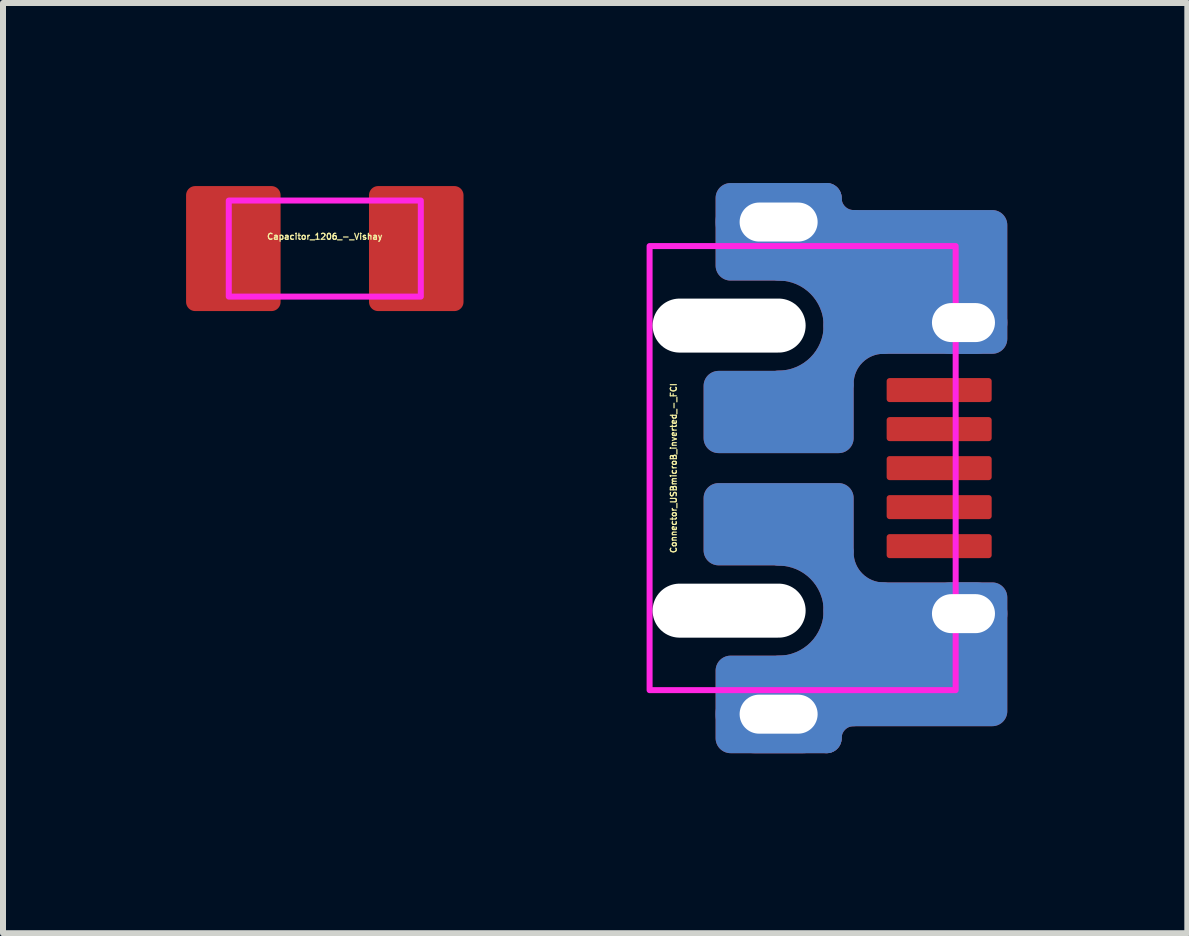
<source format=kicad_pcb>
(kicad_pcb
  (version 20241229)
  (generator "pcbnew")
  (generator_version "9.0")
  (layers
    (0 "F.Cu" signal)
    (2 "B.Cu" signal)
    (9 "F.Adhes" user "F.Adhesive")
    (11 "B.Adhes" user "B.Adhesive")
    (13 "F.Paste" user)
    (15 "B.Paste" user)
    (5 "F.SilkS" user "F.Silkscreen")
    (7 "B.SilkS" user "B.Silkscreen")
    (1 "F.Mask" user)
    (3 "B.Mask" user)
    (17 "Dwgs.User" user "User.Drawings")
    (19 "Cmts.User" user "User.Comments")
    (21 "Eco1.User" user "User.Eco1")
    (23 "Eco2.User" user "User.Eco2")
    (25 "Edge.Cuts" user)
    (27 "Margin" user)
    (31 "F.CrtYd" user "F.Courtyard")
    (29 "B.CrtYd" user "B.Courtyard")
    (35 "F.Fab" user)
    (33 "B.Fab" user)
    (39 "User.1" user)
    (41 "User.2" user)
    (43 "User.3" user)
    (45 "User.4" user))
  (footprint "Capacitor_1206_-_Vishay"
    (layer "F.Cu")
    (at 2.362 1.092)
    (property "Reference" "Capacitor_1206_-_Vishay" (at 0 -0.2 0) (layer "F.SilkS") (effects (font (size 0.1 0.1) (thickness 0.02))))
    (attr through_hole)
    (fp_poly (pts (xy -2.159 0.889) (xy -2.159 -0.889) (xy -0.889 -0.889) (xy -0.889 0.889)) (stroke (width 0.305) (type solid)) (fill yes) (layer "F.Cu"))
    (fp_poly (pts (xy 2.159 0.889) (xy 2.159 -0.889) (xy 0.889 -0.889) (xy 0.889 0.889)) (stroke (width 0.305) (type solid)) (fill yes) (layer "F.Cu"))
    (fp_poly (pts (xy -2.159 0.889) (xy -2.159 -0.889) (xy -0.889 -0.889) (xy -0.889 0.889)) (stroke (width 0.406) (type solid)) (fill yes) (layer "F.Mask"))
    (fp_poly (pts (xy 2.159 0.889) (xy 2.159 -0.889) (xy 0.889 -0.889) (xy 0.889 0.889)) (stroke (width 0.406) (type solid)) (fill yes) (layer "F.Mask"))
    (fp_poly (pts (xy -2.159 0.889) (xy -2.159 -0.889) (xy -0.889 -0.889) (xy -0.889 0.889)) (stroke (width 0.305) (type solid)) (fill yes) (layer "F.Paste"))
    (fp_poly (pts (xy 2.159 0.889) (xy 2.159 -0.889) (xy 0.889 -0.889) (xy 0.889 0.889)) (stroke (width 0.305) (type solid)) (fill yes) (layer "F.Paste"))
    (fp_poly (pts (xy -1.6 -0.8) (xy 1.6 -0.8) (xy 1.6 0.8) (xy -1.6 0.8)) (stroke (width 0.1) (type solid)) (fill no) (layer "F.CrtYd"))
    (pad "1" smd rect (at -1.524 0) (size 1.27 1.778) (layers "F.Cu"))
    (pad "2" smd rect (at 1.524 0) (size 1.27 1.778) (layers "F.Cu")))
  (footprint "Connector_USBmicroB_inverted_-_FCI"
    (layer "F.Cu")
    (at 8.274 4.75)
    (property "Reference" "Connector_USBmicroB_inverted_-_FCI" (at -0.1 0 90) (layer "F.SilkS") (effects (font (size 0.1 0.1) (thickness 0.02))))
    (attr through_hole)
    (fp_arc (start 1.65 -3.375) (mid 2.357107 -3.082107) (end 2.65 -2.375) (stroke (width 0.5) (type solid)) (layer "F.Cu"))
    (fp_arc (start 1.65 1.375) (mid 2.357107 1.667893) (end 2.65 2.375) (stroke (width 0.5) (type solid)) (layer "F.Cu"))
    (fp_arc (start 2.45 4.5) (mid 2.581802 4.181802) (end 2.9 4.05) (stroke (width 0.5) (type solid)) (layer "F.Cu"))
    (fp_arc (start 2.65 -2.375) (mid 2.357107 -1.667893) (end 1.65 -1.375) (stroke (width 0.5) (type solid)) (layer "F.Cu"))
    (fp_arc (start 2.65 -1.405) (mid 2.86967 -1.93533) (end 3.4 -2.155) (stroke (width 0.5) (type solid)) (layer "F.Cu"))
    (fp_arc (start 2.65 2.375) (mid 2.357107 3.082107) (end 1.65 3.375) (stroke (width 0.5) (type solid)) (layer "F.Cu"))
    (fp_arc (start 2.9 -4.05) (mid 2.581802 -4.181802) (end 2.45 -4.5) (stroke (width 0.5) (type solid)) (layer "F.Cu"))
    (fp_arc (start 3.4 2.155) (mid 2.86967 1.93533) (end 2.65 1.405) (stroke (width 0.5) (type solid)) (layer "F.Cu"))
    (fp_poly (pts (xy 3.5 -1.15) (xy 5.15 -1.15) (xy 5.15 -1.45) (xy 3.5 -1.45)) (stroke (width 0.1) (type solid)) (fill yes) (layer "F.Cu"))
    (fp_poly (pts (xy 3.5 -0.5) (xy 5.15 -0.5) (xy 5.15 -0.8) (xy 3.5 -0.8)) (stroke (width 0.1) (type solid)) (fill yes) (layer "F.Cu"))
    (fp_poly (pts (xy 3.5 -0.15) (xy 5.15 -0.15) (xy 5.15 0.15) (xy 3.5 0.15)) (stroke (width 0.1) (type solid)) (fill yes) (layer "F.Cu"))
    (fp_poly (pts (xy 3.5 0.5) (xy 5.15 0.5) (xy 5.15 0.8) (xy 3.5 0.8)) (stroke (width 0.1) (type solid)) (fill yes) (layer "F.Cu"))
    (fp_poly (pts (xy 3.5 1.15) (xy 5.15 1.15) (xy 5.15 1.45) (xy 3.5 1.45)) (stroke (width 0.1) (type solid)) (fill yes) (layer "F.Cu"))
    (fp_poly (pts (xy 0.85 -4.5) (xy 2.45 -4.5) (xy 2.45 -4.05) (xy 5.21 -4.05) (xy 5.21 -2.155) (xy 2.65 -2.155) (xy 2.65 -0.5) (xy 0.65 -0.5) (xy 0.65 -1.37) (xy 2.65 -1.37) (xy 2.65 -3.375) (xy 0.85 -3.375)) (stroke (width 0.5) (type solid)) (fill yes) (layer "F.Cu"))
    (fp_poly (pts (xy 0.85 4.5) (xy 2.45 4.5) (xy 2.45 4.05) (xy 5.21 4.05) (xy 5.21 2.155) (xy 2.65 2.155) (xy 2.65 0.5) (xy 0.65 0.5) (xy 0.65 1.37) (xy 2.65 1.37) (xy 2.65 3.375) (xy 0.85 3.375)) (stroke (width 0.5) (type solid)) (fill yes) (layer "F.Cu"))
    (fp_poly (pts (xy 0.85 -4.5) (xy 2.45 -4.5) (xy 2.45 -3.7) (xy 0.85 -3.7)) (stroke (width 0.5) (type solid)) (fill yes) (layer "F.Mask"))
    (fp_poly (pts (xy 0.85 4.5) (xy 2.45 4.5) (xy 2.45 3.7) (xy 0.85 3.7)) (stroke (width 0.5) (type solid)) (fill yes) (layer "F.Mask"))
    (fp_poly (pts (xy 3.5 -1.15) (xy 5.15 -1.15) (xy 5.15 -1.45) (xy 3.5 -1.45)) (stroke (width 0.1) (type solid)) (fill yes) (layer "F.Mask"))
    (fp_poly (pts (xy 3.5 -0.5) (xy 5.15 -0.5) (xy 5.15 -0.8) (xy 3.5 -0.8)) (stroke (width 0.1) (type solid)) (fill yes) (layer "F.Mask"))
    (fp_poly (pts (xy 3.5 -0.15) (xy 5.15 -0.15) (xy 5.15 0.15) (xy 3.5 0.15)) (stroke (width 0.1) (type solid)) (fill yes) (layer "F.Mask"))
    (fp_poly (pts (xy 3.5 0.5) (xy 5.15 0.5) (xy 5.15 0.8) (xy 3.5 0.8)) (stroke (width 0.1) (type solid)) (fill yes) (layer "F.Mask"))
    (fp_poly (pts (xy 3.5 1.15) (xy 5.15 1.15) (xy 5.15 1.45) (xy 3.5 1.45)) (stroke (width 0.1) (type solid)) (fill yes) (layer "F.Mask"))
    (fp_poly (pts (xy 4.25 -2.695) (xy 5.21 -2.695) (xy 5.21 -2.155) (xy 4.25 -2.155)) (stroke (width 0.5) (type solid)) (fill yes) (layer "F.Mask"))
    (fp_poly (pts (xy 4.25 2.695) (xy 5.21 2.695) (xy 5.21 2.155) (xy 4.25 2.155)) (stroke (width 0.5) (type solid)) (fill yes) (layer "F.Mask"))
    (fp_arc (start 1.65 -3.375) (mid 2.357107 -3.082107) (end 2.65 -2.375) (stroke (width 0.5) (type solid)) (layer "B.Cu"))
    (fp_arc (start 1.65 1.375) (mid 2.357107 1.667893) (end 2.65 2.375) (stroke (width 0.5) (type solid)) (layer "B.Cu"))
    (fp_arc (start 2.45 4.5) (mid 2.581802 4.181802) (end 2.9 4.05) (stroke (width 0.5) (type solid)) (layer "B.Cu"))
    (fp_arc (start 2.65 -2.375) (mid 2.357107 -1.667893) (end 1.65 -1.375) (stroke (width 0.5) (type solid)) (layer "B.Cu"))
    (fp_arc (start 2.65 -1.405) (mid 2.86967 -1.93533) (end 3.4 -2.155) (stroke (width 0.5) (type solid)) (layer "B.Cu"))
    (fp_arc (start 2.65 2.375) (mid 2.357107 3.082107) (end 1.65 3.375) (stroke (width 0.5) (type solid)) (layer "B.Cu"))
    (fp_arc (start 2.9 -4.05) (mid 2.581802 -4.181802) (end 2.45 -4.5) (stroke (width 0.5) (type solid)) (layer "B.Cu"))
    (fp_arc (start 3.4 2.155) (mid 2.86967 1.93533) (end 2.65 1.405) (stroke (width 0.5) (type solid)) (layer "B.Cu"))
    (fp_poly (pts (xy 0.85 -4.5) (xy 2.45 -4.5) (xy 2.45 -4.05) (xy 5.21 -4.05) (xy 5.21 -2.155) (xy 2.65 -2.155) (xy 2.65 -0.5) (xy 0.65 -0.5) (xy 0.65 -1.37) (xy 2.65 -1.37) (xy 2.65 -3.375) (xy 0.85 -3.375)) (stroke (width 0.5) (type solid)) (fill yes) (layer "B.Cu"))
    (fp_poly (pts (xy 0.85 4.5) (xy 2.45 4.5) (xy 2.45 4.05) (xy 5.21 4.05) (xy 5.21 2.155) (xy 2.65 2.155) (xy 2.65 0.5) (xy 0.65 0.5) (xy 0.65 1.37) (xy 2.65 1.37) (xy 2.65 3.375) (xy 0.85 3.375)) (stroke (width 0.5) (type solid)) (fill yes) (layer "B.Cu"))
    (fp_poly (pts (xy 0.85 -4.5) (xy 2.45 -4.5) (xy 2.45 -3.7) (xy 0.85 -3.7)) (stroke (width 0.5) (type solid)) (fill yes) (layer "B.Mask"))
    (fp_poly (pts (xy 0.85 4.5) (xy 2.45 4.5) (xy 2.45 3.7) (xy 0.85 3.7)) (stroke (width 0.5) (type solid)) (fill yes) (layer "B.Mask"))
    (fp_poly (pts (xy 4.25 -2.695) (xy 5.21 -2.695) (xy 5.21 -2.155) (xy 4.25 -2.155)) (stroke (width 0.5) (type solid)) (fill yes) (layer "B.Mask"))
    (fp_poly (pts (xy 4.25 2.695) (xy 5.21 2.695) (xy 5.21 2.155) (xy 4.25 2.155)) (stroke (width 0.5) (type solid)) (fill yes) (layer "B.Mask"))
    (fp_poly (pts (xy 3.5 -1.15) (xy 5.15 -1.15) (xy 5.15 -1.45) (xy 3.5 -1.45)) (stroke (width 0.1) (type solid)) (fill yes) (layer "F.Paste"))
    (fp_poly (pts (xy 3.5 -0.5) (xy 5.15 -0.5) (xy 5.15 -0.8) (xy 3.5 -0.8)) (stroke (width 0.1) (type solid)) (fill yes) (layer "F.Paste"))
    (fp_poly (pts (xy 3.5 -0.15) (xy 5.15 -0.15) (xy 5.15 0.15) (xy 3.5 0.15)) (stroke (width 0.1) (type solid)) (fill yes) (layer "F.Paste"))
    (fp_poly (pts (xy 3.5 0.5) (xy 5.15 0.5) (xy 5.15 0.8) (xy 3.5 0.8)) (stroke (width 0.1) (type solid)) (fill yes) (layer "F.Paste"))
    (fp_poly (pts (xy 3.5 1.15) (xy 5.15 1.15) (xy 5.15 1.45) (xy 3.5 1.45)) (stroke (width 0.1) (type solid)) (fill yes) (layer "F.Paste"))
    (fp_poly (pts (xy -0.5 -3.7) (xy -0.5 3.7) (xy 4.6 3.7) (xy 4.6 -3.7)) (stroke (width 0.1) (type solid)) (fill no) (layer "F.CrtYd"))
    (pad "" np_thru_hole oval (at 0.825 -2.375) (size 2.55 0.9) (drill oval 2.55 0.9) (layers "*.Cu"))
    (pad "" np_thru_hole oval (at 0.825 2.375) (size 2.55 0.9) (drill oval 2.55 0.9) (layers "*.Cu"))
    (pad "1" smd rect (at 4.325 1.3) (size 1.65 0.3) (layers "F.Cu"))
    (pad "2" smd rect (at 4.325 0.65) (size 1.65 0.3) (layers "F.Cu"))
    (pad "3" smd rect (at 4.325 0) (size 1.65 0.3) (layers "F.Cu"))
    (pad "4" smd rect (at 4.325 -0.65) (size 1.65 0.3) (layers "F.Cu"))
    (pad "5" thru_hole oval (at 1.65 -4.1) (size 2.1 1.3) (drill oval 1.3 0.65) (layers "*.Cu"))
    (pad "5" thru_hole oval (at 1.65 4.1) (size 2.1 1.3) (drill oval 1.3 0.65) (layers "*.Cu"))
    (pad "5" smd rect (at 4.325 -1.3) (size 1.65 0.3) (layers "F.Cu"))
    (pad "5" thru_hole oval (at 4.73 -2.425) (size 1.46 1.04) (drill oval 1.05 0.65) (layers "*.Cu"))
    (pad "5" thru_hole oval (at 4.73 2.425) (size 1.46 1.04) (drill oval 1.05 0.65) (layers "*.Cu")))
  (gr_rect
    (start -3 -3)
    (end 16.734 12.5)
    (stroke (width 0.1) (type default))
    (fill no)
    (layer "Edge.Cuts")))
</source>
